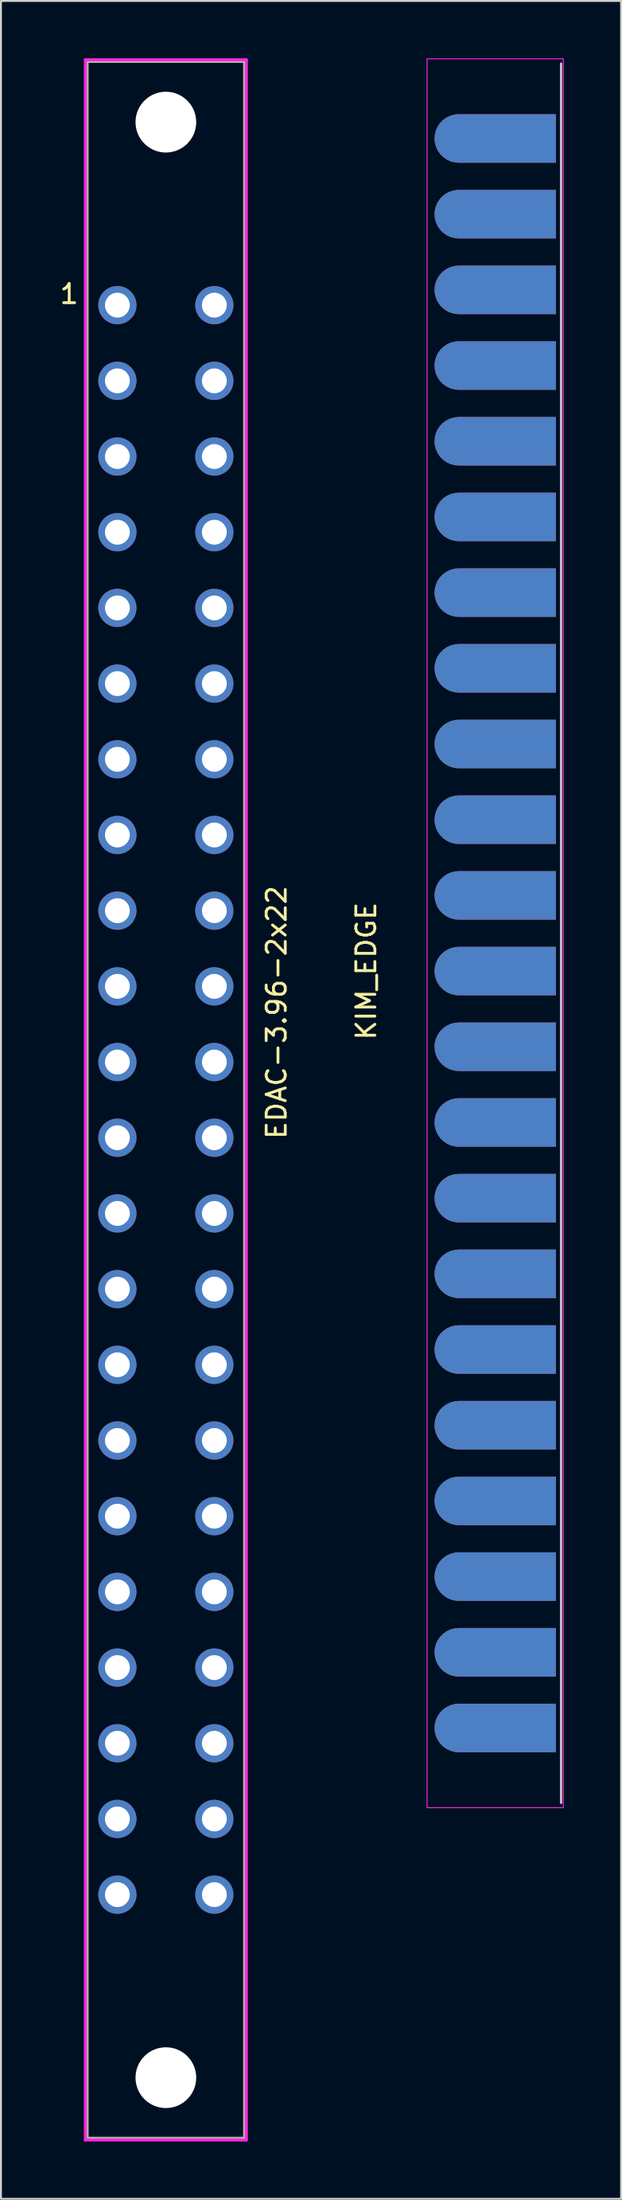
<source format=kicad_pcb>
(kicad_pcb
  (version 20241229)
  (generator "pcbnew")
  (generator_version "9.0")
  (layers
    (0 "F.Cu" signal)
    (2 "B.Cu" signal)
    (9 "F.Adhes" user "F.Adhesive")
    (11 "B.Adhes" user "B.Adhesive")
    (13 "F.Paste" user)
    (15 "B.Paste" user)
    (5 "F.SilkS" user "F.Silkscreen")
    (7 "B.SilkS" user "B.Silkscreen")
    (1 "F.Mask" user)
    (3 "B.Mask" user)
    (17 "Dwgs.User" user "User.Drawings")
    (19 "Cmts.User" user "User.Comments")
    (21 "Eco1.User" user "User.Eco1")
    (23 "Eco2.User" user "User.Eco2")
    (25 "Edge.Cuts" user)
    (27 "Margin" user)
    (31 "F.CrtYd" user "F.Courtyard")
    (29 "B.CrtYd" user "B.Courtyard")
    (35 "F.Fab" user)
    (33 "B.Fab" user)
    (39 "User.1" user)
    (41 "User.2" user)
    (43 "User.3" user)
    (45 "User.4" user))
  (footprint "KIM_EDGE"
    (layer "F.Cu")
    (at 22.896 45.775)
    (property "Reference" "KIM_EDGE" (at -6.76 1.98 90) (layer "F.SilkS") (effects (font (size 1 1) (thickness 0.15))))
    (attr smd)
    (fp_line (start 3.45 -45.5) (end 3.45 45.5) (stroke (width 0.12) (type solid)) (layer "Dwgs.User"))
    (fp_rect (start 3.57 -45.75) (end -3.57 45.75) (stroke (width 0.05) (type default)) (fill no) (layer "F.CrtYd"))
    (pad "1" connect roundrect (at 0 -41.58 270) (size 2.54 6.36) (layers "F.Cu" "F.Mask") (roundrect_rratio 0.5) (chamfer_ratio 0) (chamfer top_left top_right))
    (pad "2" connect roundrect (at 0 -37.62 270) (size 2.54 6.36) (layers "F.Cu" "F.Mask") (roundrect_rratio 0.5) (chamfer_ratio 0) (chamfer top_left top_right))
    (pad "3" connect roundrect (at 0 -33.66 270) (size 2.54 6.36) (layers "F.Cu" "F.Mask") (roundrect_rratio 0.5) (chamfer_ratio 0) (chamfer top_left top_right))
    (pad "4" connect roundrect (at 0 -29.7 270) (size 2.54 6.36) (layers "F.Cu" "F.Mask") (roundrect_rratio 0.5) (chamfer_ratio 0) (chamfer top_left top_right))
    (pad "5" connect roundrect (at 0 -25.74 270) (size 2.54 6.36) (layers "F.Cu" "F.Mask") (roundrect_rratio 0.5) (chamfer_ratio 0) (chamfer top_left top_right))
    (pad "6" connect roundrect (at 0 -21.78 270) (size 2.54 6.36) (layers "F.Cu" "F.Mask") (roundrect_rratio 0.5) (chamfer_ratio 0) (chamfer top_left top_right))
    (pad "7" connect roundrect (at 0 -17.82 270) (size 2.54 6.36) (layers "F.Cu" "F.Mask") (roundrect_rratio 0.5) (chamfer_ratio 0) (chamfer top_left top_right))
    (pad "8" connect roundrect (at 0 -13.86 270) (size 2.54 6.36) (layers "F.Cu" "F.Mask") (roundrect_rratio 0.5) (chamfer_ratio 0) (chamfer top_left top_right))
    (pad "9" connect roundrect (at 0 -9.9 270) (size 2.54 6.36) (layers "F.Cu" "F.Mask") (roundrect_rratio 0.5) (chamfer_ratio 0) (chamfer top_left top_right))
    (pad "10" connect roundrect (at 0 -5.94 270) (size 2.54 6.36) (layers "F.Cu" "F.Mask") (roundrect_rratio 0.5) (chamfer_ratio 0) (chamfer top_left top_right))
    (pad "11" connect roundrect (at 0 -1.98 270) (size 2.54 6.36) (layers "F.Cu" "F.Mask") (roundrect_rratio 0.5) (chamfer_ratio 0) (chamfer top_left top_right))
    (pad "12" connect roundrect (at 0 1.98 270) (size 2.54 6.36) (layers "F.Cu" "F.Mask") (roundrect_rratio 0.5) (chamfer_ratio 0) (chamfer top_left top_right))
    (pad "13" connect roundrect (at 0 5.94 270) (size 2.54 6.36) (layers "F.Cu" "F.Mask") (roundrect_rratio 0.5) (chamfer_ratio 0) (chamfer top_left top_right))
    (pad "14" connect roundrect (at 0 9.9 270) (size 2.54 6.36) (layers "F.Cu" "F.Mask") (roundrect_rratio 0.5) (chamfer_ratio 0) (chamfer top_left top_right))
    (pad "15" connect roundrect (at 0 13.86 270) (size 2.54 6.36) (layers "F.Cu" "F.Mask") (roundrect_rratio 0.5) (chamfer_ratio 0) (chamfer top_left top_right))
    (pad "16" connect roundrect (at 0 17.82 270) (size 2.54 6.36) (layers "F.Cu" "F.Mask") (roundrect_rratio 0.5) (chamfer_ratio 0) (chamfer top_left top_right))
    (pad "17" connect roundrect (at 0 21.78 270) (size 2.54 6.36) (layers "F.Cu" "F.Mask") (roundrect_rratio 0.5) (chamfer_ratio 0) (chamfer top_left top_right))
    (pad "18" connect roundrect (at 0 25.74 270) (size 2.54 6.36) (layers "F.Cu" "F.Mask") (roundrect_rratio 0.5) (chamfer_ratio 0) (chamfer top_left top_right))
    (pad "19" connect roundrect (at 0 29.7 270) (size 2.54 6.36) (layers "F.Cu" "F.Mask") (roundrect_rratio 0.5) (chamfer_ratio 0) (chamfer top_left top_right))
    (pad "20" connect roundrect (at 0 33.66 270) (size 2.54 6.36) (layers "F.Cu" "F.Mask") (roundrect_rratio 0.5) (chamfer_ratio 0) (chamfer top_left top_right))
    (pad "21" connect roundrect (at 0 37.62 270) (size 2.54 6.36) (layers "F.Cu" "F.Mask") (roundrect_rratio 0.5) (chamfer_ratio 0) (chamfer top_left top_right))
    (pad "22" connect roundrect (at 0 41.58 270) (size 2.54 6.36) (layers "F.Cu" "F.Mask") (roundrect_rratio 0.5) (chamfer_ratio 0) (chamfer top_left top_right))
    (pad "A" connect roundrect (at 0 -41.58 270) (size 2.54 6.36) (layers "B.Cu" "B.Mask") (roundrect_rratio 0.5) (chamfer_ratio 0) (chamfer top_left top_right))
    (pad "B" connect roundrect (at 0 -37.62 270) (size 2.54 6.36) (layers "B.Cu" "B.Mask") (roundrect_rratio 0.5) (chamfer_ratio 0) (chamfer top_left top_right))
    (pad "C" connect roundrect (at 0 -33.66 270) (size 2.54 6.36) (layers "B.Cu" "B.Mask") (roundrect_rratio 0.5) (chamfer_ratio 0) (chamfer top_left top_right))
    (pad "D" connect roundrect (at 0 -29.7 270) (size 2.54 6.36) (layers "B.Cu" "B.Mask") (roundrect_rratio 0.5) (chamfer_ratio 0) (chamfer top_left top_right))
    (pad "E" connect roundrect (at 0 -25.74 270) (size 2.54 6.36) (layers "B.Cu" "B.Mask") (roundrect_rratio 0.5) (chamfer_ratio 0) (chamfer top_left top_right))
    (pad "F" connect roundrect (at 0 -21.78 270) (size 2.54 6.36) (layers "B.Cu" "B.Mask") (roundrect_rratio 0.5) (chamfer_ratio 0) (chamfer top_left top_right))
    (pad "H" connect roundrect (at 0 -17.82 270) (size 2.54 6.36) (layers "B.Cu" "B.Mask") (roundrect_rratio 0.5) (chamfer_ratio 0) (chamfer top_left top_right))
    (pad "J" connect roundrect (at 0 -13.86 270) (size 2.54 6.36) (layers "B.Cu" "B.Mask") (roundrect_rratio 0.5) (chamfer_ratio 0) (chamfer top_left top_right))
    (pad "K" connect roundrect (at 0 -9.9 270) (size 2.54 6.36) (layers "B.Cu" "B.Mask") (roundrect_rratio 0.5) (chamfer_ratio 0) (chamfer top_left top_right))
    (pad "L" connect roundrect (at 0 -5.94 270) (size 2.54 6.36) (layers "B.Cu" "B.Mask") (roundrect_rratio 0.5) (chamfer_ratio 0) (chamfer top_left top_right))
    (pad "M" connect roundrect (at 0 -1.98 270) (size 2.54 6.36) (layers "B.Cu" "B.Mask") (roundrect_rratio 0.5) (chamfer_ratio 0) (chamfer top_left top_right))
    (pad "N" connect roundrect (at 0 1.98 270) (size 2.54 6.36) (layers "B.Cu" "B.Mask") (roundrect_rratio 0.5) (chamfer_ratio 0) (chamfer top_left top_right))
    (pad "P" connect roundrect (at 0 5.94 270) (size 2.54 6.36) (layers "B.Cu" "B.Mask") (roundrect_rratio 0.5) (chamfer_ratio 0) (chamfer top_left top_right))
    (pad "R" connect roundrect (at 0 9.9 270) (size 2.54 6.36) (layers "B.Cu" "B.Mask") (roundrect_rratio 0.5) (chamfer_ratio 0) (chamfer top_left top_right))
    (pad "S" connect roundrect (at 0 13.86 270) (size 2.54 6.36) (layers "B.Cu" "B.Mask") (roundrect_rratio 0.5) (chamfer_ratio 0) (chamfer top_left top_right))
    (pad "T" connect roundrect (at 0 17.82 270) (size 2.54 6.36) (layers "B.Cu" "B.Mask") (roundrect_rratio 0.5) (chamfer_ratio 0) (chamfer top_left top_right))
    (pad "U" connect roundrect (at 0 21.78 270) (size 2.54 6.36) (layers "B.Cu" "B.Mask") (roundrect_rratio 0.5) (chamfer_ratio 0) (chamfer top_left top_right))
    (pad "V" connect roundrect (at 0 25.74 270) (size 2.54 6.36) (layers "B.Cu" "B.Mask") (roundrect_rratio 0.5) (chamfer_ratio 0) (chamfer top_left top_right))
    (pad "W" connect roundrect (at 0 29.7 270) (size 2.54 6.36) (layers "B.Cu" "B.Mask") (roundrect_rratio 0.5) (chamfer_ratio 0) (chamfer top_left top_right))
    (pad "X" connect roundrect (at 0 33.66 270) (size 2.54 6.36) (layers "B.Cu" "B.Mask") (roundrect_rratio 0.5) (chamfer_ratio 0) (chamfer top_left top_right))
    (pad "Y" connect roundrect (at 0 37.62 270) (size 2.54 6.36) (layers "B.Cu" "B.Mask") (roundrect_rratio 0.5) (chamfer_ratio 0) (chamfer top_left top_right))
    (pad "Z" connect roundrect (at 0 41.58 270) (size 2.54 6.36) (layers "B.Cu" "B.Mask") (roundrect_rratio 0.5) (chamfer_ratio 0) (chamfer top_left top_right)))
  (footprint "EDAC-3.96-2x22"
    (layer "F.Cu")
    (at 5.64 54.495)
    (property "Reference" "EDAC-3.96-2x22" (at 5.8 2.14 270) (layer "F.SilkS") (effects (font (size 1 1) (thickness 0.15)) (justify left)))
    (attr through_hole)
    (fp_line (start -4.13 -54.33) (end 4.13 -54.33) (stroke (width 0.15) (type solid)) (layer "F.SilkS"))
    (fp_line (start -4.13 54.33) (end -4.13 -54.33) (stroke (width 0.15) (type solid)) (layer "F.SilkS"))
    (fp_line (start 4.13 -54.33) (end 4.13 54.33) (stroke (width 0.15) (type solid)) (layer "F.SilkS"))
    (fp_line (start 4.13 54.33) (end -4.13 54.33) (stroke (width 0.15) (type solid)) (layer "F.SilkS"))
    (fp_line (start -4.22 -54.42) (end -4.22 54.42) (stroke (width 0.15) (type solid)) (layer "F.CrtYd"))
    (fp_line (start -4.22 54.42) (end 4.22 54.42) (stroke (width 0.15) (type solid)) (layer "F.CrtYd"))
    (fp_line (start 4.22 -54.42) (end -4.22 -54.42) (stroke (width 0.15) (type solid)) (layer "F.CrtYd"))
    (fp_line (start 4.22 54.42) (end 4.22 -54.42) (stroke (width 0.15) (type solid)) (layer "F.CrtYd"))
    (fp_line (start -4.13 -54.33) (end 4.13 -54.33) (stroke (width 0.15) (type solid)) (layer "F.Fab"))
    (fp_line (start -4.13 54.33) (end -4.13 -54.33) (stroke (width 0.15) (type solid)) (layer "F.Fab"))
    (fp_line (start 4.13 -54.33) (end 4.13 54.33) (stroke (width 0.15) (type solid)) (layer "F.Fab"))
    (fp_line (start 4.13 54.33) (end -4.13 54.33) (stroke (width 0.15) (type solid)) (layer "F.Fab"))
    (fp_text user "1" (at -5.64 -41.58 0) (unlocked yes) (layer "F.SilkS") (effects (font (size 1 1) (thickness 0.15)) (justify left bottom)))
    (pad "" np_thru_hole circle (at 0 -51.155 270) (size 3.18 3.18) (drill 3.18) (layers "*.Cu" "*.Mask"))
    (pad "" np_thru_hole circle (at 0 51.155 270) (size 3.18 3.18) (drill 3.18) (layers "*.Cu" "*.Mask"))
    (pad "1" thru_hole circle (at -2.54 -41.58 270) (size 2 2) (drill 1.3) (layers "*.Cu" "*.Mask"))
    (pad "2" thru_hole circle (at -2.54 -37.62 270) (size 2 2) (drill 1.3) (layers "*.Cu" "*.Mask"))
    (pad "3" thru_hole circle (at -2.54 -33.66 270) (size 2 2) (drill 1.3) (layers "*.Cu" "*.Mask"))
    (pad "4" thru_hole circle (at -2.54 -29.7 270) (size 2 2) (drill 1.3) (layers "*.Cu" "*.Mask"))
    (pad "5" thru_hole circle (at -2.54 -25.74 270) (size 2 2) (drill 1.3) (layers "*.Cu" "*.Mask"))
    (pad "6" thru_hole circle (at -2.54 -21.78 270) (size 2 2) (drill 1.3) (layers "*.Cu" "*.Mask"))
    (pad "7" thru_hole circle (at -2.54 -17.82 270) (size 2 2) (drill 1.3) (layers "*.Cu" "*.Mask"))
    (pad "8" thru_hole circle (at -2.54 -13.86 270) (size 2 2) (drill 1.3) (layers "*.Cu" "*.Mask"))
    (pad "9" thru_hole circle (at -2.54 -9.9 270) (size 2 2) (drill 1.3) (layers "*.Cu" "*.Mask"))
    (pad "10" thru_hole circle (at -2.54 -5.94 270) (size 2 2) (drill 1.3) (layers "*.Cu" "*.Mask"))
    (pad "11" thru_hole circle (at -2.54 -1.98 270) (size 2 2) (drill 1.3) (layers "*.Cu" "*.Mask"))
    (pad "12" thru_hole circle (at -2.54 1.98 270) (size 2 2) (drill 1.3) (layers "*.Cu" "*.Mask"))
    (pad "13" thru_hole circle (at -2.54 5.94 270) (size 2 2) (drill 1.3) (layers "*.Cu" "*.Mask"))
    (pad "14" thru_hole circle (at -2.54 9.9 270) (size 2 2) (drill 1.3) (layers "*.Cu" "*.Mask"))
    (pad "15" thru_hole circle (at -2.54 13.86 270) (size 2 2) (drill 1.3) (layers "*.Cu" "*.Mask"))
    (pad "16" thru_hole circle (at -2.54 17.82 270) (size 2 2) (drill 1.3) (layers "*.Cu" "*.Mask"))
    (pad "17" thru_hole circle (at -2.54 21.78 270) (size 2 2) (drill 1.3) (layers "*.Cu" "*.Mask"))
    (pad "18" thru_hole circle (at -2.54 25.74 270) (size 2 2) (drill 1.3) (layers "*.Cu" "*.Mask"))
    (pad "19" thru_hole circle (at -2.54 29.7 270) (size 2 2) (drill 1.3) (layers "*.Cu" "*.Mask"))
    (pad "20" thru_hole circle (at -2.54 33.66 270) (size 2 2) (drill 1.3) (layers "*.Cu" "*.Mask"))
    (pad "21" thru_hole circle (at -2.54 37.62 270) (size 2 2) (drill 1.3) (layers "*.Cu" "*.Mask"))
    (pad "22" thru_hole circle (at -2.54 41.58 270) (size 2 2) (drill 1.3) (layers "*.Cu" "*.Mask"))
    (pad "A" thru_hole circle (at 2.54 -41.58 270) (size 2 2) (drill 1.3) (layers "*.Cu" "*.Mask"))
    (pad "B" thru_hole circle (at 2.54 -37.62 270) (size 2 2) (drill 1.3) (layers "*.Cu" "*.Mask"))
    (pad "C" thru_hole circle (at 2.54 -33.66 270) (size 2 2) (drill 1.3) (layers "*.Cu" "*.Mask"))
    (pad "D" thru_hole circle (at 2.54 -29.7 270) (size 2 2) (drill 1.3) (layers "*.Cu" "*.Mask"))
    (pad "E" thru_hole circle (at 2.54 -25.74 270) (size 2 2) (drill 1.3) (layers "*.Cu" "*.Mask"))
    (pad "F" thru_hole circle (at 2.54 -21.78 270) (size 2 2) (drill 1.3) (layers "*.Cu" "*.Mask"))
    (pad "H" thru_hole circle (at 2.54 -17.82 270) (size 2 2) (drill 1.3) (layers "*.Cu" "*.Mask"))
    (pad "J" thru_hole circle (at 2.54 -13.86 270) (size 2 2) (drill 1.3) (layers "*.Cu" "*.Mask"))
    (pad "K" thru_hole circle (at 2.54 -9.9 270) (size 2 2) (drill 1.3) (layers "*.Cu" "*.Mask"))
    (pad "L" thru_hole circle (at 2.54 -5.94 270) (size 2 2) (drill 1.3) (layers "*.Cu" "*.Mask"))
    (pad "M" thru_hole circle (at 2.54 -1.98 270) (size 2 2) (drill 1.3) (layers "*.Cu" "*.Mask"))
    (pad "N" thru_hole circle (at 2.54 1.98 270) (size 2 2) (drill 1.3) (layers "*.Cu" "*.Mask"))
    (pad "P" thru_hole circle (at 2.54 5.94 270) (size 2 2) (drill 1.3) (layers "*.Cu" "*.Mask"))
    (pad "R" thru_hole circle (at 2.54 9.9 270) (size 2 2) (drill 1.3) (layers "*.Cu" "*.Mask"))
    (pad "S" thru_hole circle (at 2.54 13.86 270) (size 2 2) (drill 1.3) (layers "*.Cu" "*.Mask"))
    (pad "T" thru_hole circle (at 2.54 17.82 270) (size 2 2) (drill 1.3) (layers "*.Cu" "*.Mask"))
    (pad "U" thru_hole circle (at 2.54 21.78 270) (size 2 2) (drill 1.3) (layers "*.Cu" "*.Mask"))
    (pad "V" thru_hole circle (at 2.54 25.74 270) (size 2 2) (drill 1.3) (layers "*.Cu" "*.Mask"))
    (pad "W" thru_hole circle (at 2.54 29.7 270) (size 2 2) (drill 1.3) (layers "*.Cu" "*.Mask"))
    (pad "X" thru_hole circle (at 2.54 33.66 270) (size 2 2) (drill 1.3) (layers "*.Cu" "*.Mask"))
    (pad "Y" thru_hole circle (at 2.54 37.62 270) (size 2 2) (drill 1.3) (layers "*.Cu" "*.Mask"))
    (pad "Z" thru_hole circle (at 2.54 41.58 270) (size 2 2) (drill 1.3) (layers "*.Cu" "*.Mask")))
  (gr_rect
    (start -3 -3)
    (end 29.491 111.99)
    (stroke (width 0.1) (type default))
    (fill no)
    (layer "Edge.Cuts")))
</source>
